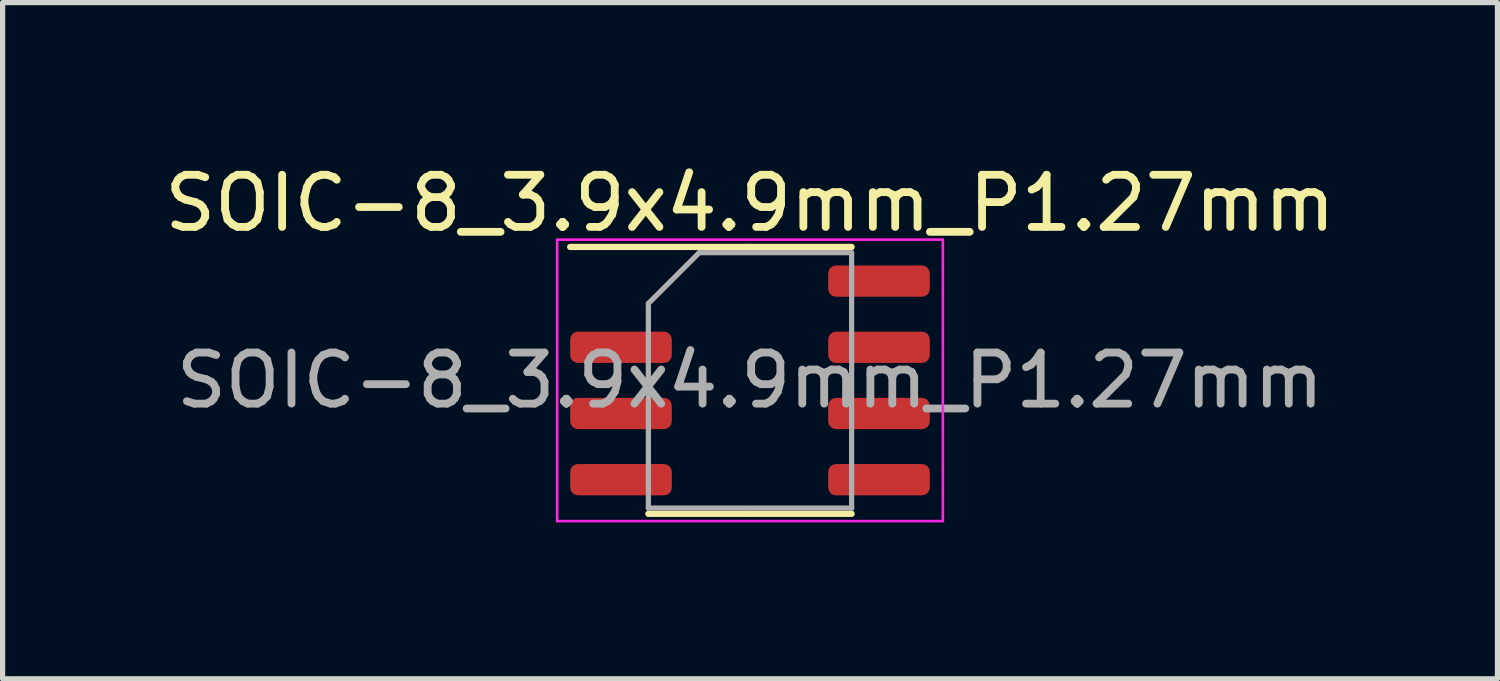
<source format=kicad_pcb>
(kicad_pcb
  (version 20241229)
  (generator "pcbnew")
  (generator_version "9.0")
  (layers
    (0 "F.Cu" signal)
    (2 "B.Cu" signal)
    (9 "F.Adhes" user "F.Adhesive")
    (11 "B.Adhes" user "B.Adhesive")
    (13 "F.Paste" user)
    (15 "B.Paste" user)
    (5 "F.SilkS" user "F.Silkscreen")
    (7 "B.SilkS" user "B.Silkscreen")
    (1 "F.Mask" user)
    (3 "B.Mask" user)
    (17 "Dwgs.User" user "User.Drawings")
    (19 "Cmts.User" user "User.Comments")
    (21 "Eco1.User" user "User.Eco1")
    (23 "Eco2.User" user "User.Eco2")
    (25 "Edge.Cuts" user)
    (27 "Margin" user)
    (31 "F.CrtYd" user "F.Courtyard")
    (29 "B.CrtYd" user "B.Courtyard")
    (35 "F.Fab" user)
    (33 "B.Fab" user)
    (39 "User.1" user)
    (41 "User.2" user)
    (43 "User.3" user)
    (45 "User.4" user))
  (footprint "SOIC-8_3.9x4.9mm_P1.27mm"
    (layer "F.Cu")
    (at 11.339 4.248)
    (property "Reference" "SOIC-8_3.9x4.9mm_P1.27mm" (at 0 -3.4 0) (layer "F.SilkS") (effects (font (size 1 1) (thickness 0.15))))
    (attr smd)
    (fp_line (start 0 -2.56) (end -3.45 -2.56) (stroke (width 0.12) (type solid)) (layer "F.SilkS"))
    (fp_line (start 0 -2.56) (end 1.95 -2.56) (stroke (width 0.12) (type solid)) (layer "F.SilkS"))
    (fp_line (start 0 2.56) (end -1.95 2.56) (stroke (width 0.12) (type solid)) (layer "F.SilkS"))
    (fp_line (start 0 2.56) (end 1.95 2.56) (stroke (width 0.12) (type solid)) (layer "F.SilkS"))
    (fp_line (start -3.7 -2.7) (end -3.7 2.7) (stroke (width 0.05) (type solid)) (layer "F.CrtYd"))
    (fp_line (start -3.7 2.7) (end 3.7 2.7) (stroke (width 0.05) (type solid)) (layer "F.CrtYd"))
    (fp_line (start 3.7 -2.7) (end -3.7 -2.7) (stroke (width 0.05) (type solid)) (layer "F.CrtYd"))
    (fp_line (start 3.7 2.7) (end 3.7 -2.7) (stroke (width 0.05) (type solid)) (layer "F.CrtYd"))
    (fp_line (start -1.95 -1.475) (end -0.975 -2.45) (stroke (width 0.1) (type solid)) (layer "F.Fab"))
    (fp_line (start -1.95 2.45) (end -1.95 -1.475) (stroke (width 0.1) (type solid)) (layer "F.Fab"))
    (fp_line (start -0.975 -2.45) (end 1.95 -2.45) (stroke (width 0.1) (type solid)) (layer "F.Fab"))
    (fp_line (start 1.95 -2.45) (end 1.95 2.45) (stroke (width 0.1) (type solid)) (layer "F.Fab"))
    (fp_line (start 1.95 2.45) (end -1.95 2.45) (stroke (width 0.1) (type solid)) (layer "F.Fab"))
    (fp_text user "${REFERENCE}" (at 0 0 0) (layer "F.Fab") (effects (font (size 0.98 0.98) (thickness 0.15))))
    (pad "2" smd roundrect (at -2.475 -0.635) (size 1.95 0.6) (layers "F.Cu" "F.Mask" "F.Paste") (roundrect_rratio 0.25))
    (pad "3" smd roundrect (at -2.475 0.635) (size 1.95 0.6) (layers "F.Cu" "F.Mask" "F.Paste") (roundrect_rratio 0.25))
    (pad "4" smd roundrect (at -2.475 1.905) (size 1.95 0.6) (layers "F.Cu" "F.Mask" "F.Paste") (roundrect_rratio 0.25))
    (pad "5" smd roundrect (at 2.475 1.905) (size 1.95 0.6) (layers "F.Cu" "F.Mask" "F.Paste") (roundrect_rratio 0.25))
    (pad "6" smd roundrect (at 2.475 0.635) (size 1.95 0.6) (layers "F.Cu" "F.Mask" "F.Paste") (roundrect_rratio 0.25))
    (pad "7" smd roundrect (at 2.475 -0.635) (size 1.95 0.6) (layers "F.Cu" "F.Mask" "F.Paste") (roundrect_rratio 0.25))
    (pad "8" smd roundrect (at 2.475 -1.905) (size 1.95 0.6) (layers "F.Cu" "F.Mask" "F.Paste") (roundrect_rratio 0.25)))
  (gr_rect
    (start -3 -3)
    (end 25.679 9.973)
    (stroke (width 0.1) (type default))
    (fill no)
    (layer "Edge.Cuts")))
</source>
